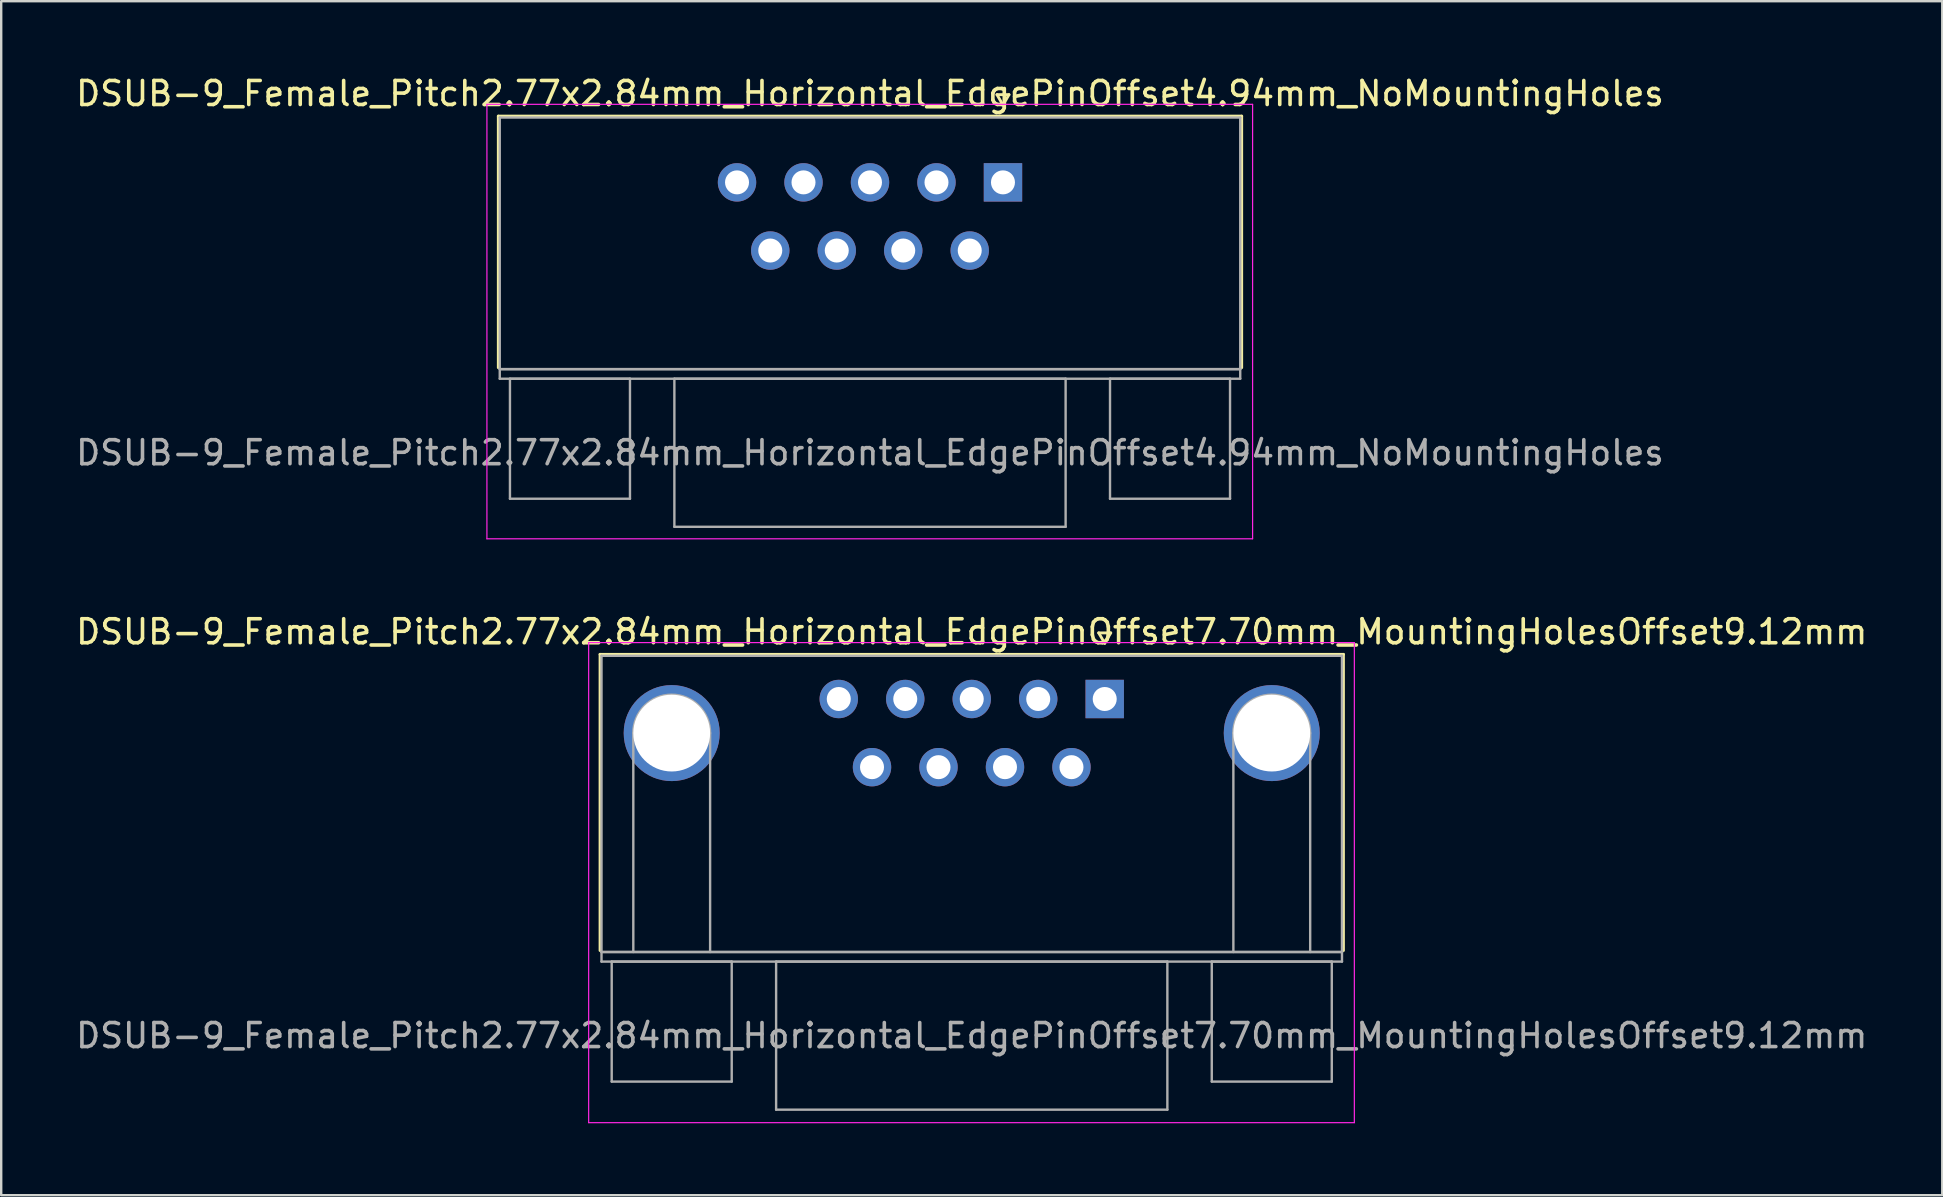
<source format=kicad_pcb>
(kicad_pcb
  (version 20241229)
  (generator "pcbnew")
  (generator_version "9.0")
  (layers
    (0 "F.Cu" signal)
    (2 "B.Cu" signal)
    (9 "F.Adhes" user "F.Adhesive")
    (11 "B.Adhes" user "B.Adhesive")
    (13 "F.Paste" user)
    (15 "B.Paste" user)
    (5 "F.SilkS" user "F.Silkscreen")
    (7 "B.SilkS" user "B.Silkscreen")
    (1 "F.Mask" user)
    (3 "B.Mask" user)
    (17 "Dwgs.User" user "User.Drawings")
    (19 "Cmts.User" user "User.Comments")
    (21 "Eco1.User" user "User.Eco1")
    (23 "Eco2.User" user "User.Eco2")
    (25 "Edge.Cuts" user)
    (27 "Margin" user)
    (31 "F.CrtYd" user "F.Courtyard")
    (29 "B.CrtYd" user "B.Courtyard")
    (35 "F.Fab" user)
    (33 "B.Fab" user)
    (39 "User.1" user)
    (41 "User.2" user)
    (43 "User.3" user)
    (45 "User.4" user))
  (footprint "DSUB-9_Female_Pitch2.77x2.84mm_Horizontal_EdgePinOffset7.70mm_MountingHolesOffset9.12mm"
    (layer "F.Cu")
    (at 42.975 26.072)
    (property "Reference" "DSUB-9_Female_Pitch2.77x2.84mm_Horizontal_EdgePinOffset7.70mm_MountingHolesOffset9.12mm" (at -5.54 -2.8 0) (layer "F.SilkS") (effects (font (size 1 1) (thickness 0.15))))
    (attr through_hole)
    (fp_line (start -21.025 -1.86) (end 9.945 -1.86) (stroke (width 0.12) (type solid)) (layer "F.SilkS"))
    (fp_line (start -21.025 10.48) (end -21.025 -1.86) (stroke (width 0.12) (type solid)) (layer "F.SilkS"))
    (fp_line (start -0.25 -2.754) (end 0.25 -2.754) (stroke (width 0.12) (type solid)) (layer "F.SilkS"))
    (fp_line (start 0 -2.321) (end -0.25 -2.754) (stroke (width 0.12) (type solid)) (layer "F.SilkS"))
    (fp_line (start 0.25 -2.754) (end 0 -2.321) (stroke (width 0.12) (type solid)) (layer "F.SilkS"))
    (fp_line (start 9.945 -1.86) (end 9.945 10.48) (stroke (width 0.12) (type solid)) (layer "F.SilkS"))
    (fp_line (start -21.5 -2.35) (end -21.5 17.65) (stroke (width 0.05) (type solid)) (layer "F.CrtYd"))
    (fp_line (start -21.5 17.65) (end 10.4 17.65) (stroke (width 0.05) (type solid)) (layer "F.CrtYd"))
    (fp_line (start 10.4 -2.35) (end -21.5 -2.35) (stroke (width 0.05) (type solid)) (layer "F.CrtYd"))
    (fp_line (start 10.4 17.65) (end 10.4 -2.35) (stroke (width 0.05) (type solid)) (layer "F.CrtYd"))
    (fp_line (start -20.965 -1.8) (end -20.965 10.54) (stroke (width 0.1) (type solid)) (layer "F.Fab"))
    (fp_line (start -20.965 10.54) (end -20.965 10.94) (stroke (width 0.1) (type solid)) (layer "F.Fab"))
    (fp_line (start -20.965 10.54) (end 9.885 10.54) (stroke (width 0.1) (type solid)) (layer "F.Fab"))
    (fp_line (start -20.965 10.94) (end 9.885 10.94) (stroke (width 0.1) (type solid)) (layer "F.Fab"))
    (fp_line (start -20.54 10.94) (end -20.54 15.94) (stroke (width 0.1) (type solid)) (layer "F.Fab"))
    (fp_line (start -20.54 15.94) (end -15.54 15.94) (stroke (width 0.1) (type solid)) (layer "F.Fab"))
    (fp_line (start -19.64 10.54) (end -19.64 1.42) (stroke (width 0.1) (type solid)) (layer "F.Fab"))
    (fp_line (start -16.44 10.54) (end -16.44 1.42) (stroke (width 0.1) (type solid)) (layer "F.Fab"))
    (fp_line (start -15.54 10.94) (end -20.54 10.94) (stroke (width 0.1) (type solid)) (layer "F.Fab"))
    (fp_line (start -15.54 15.94) (end -15.54 10.94) (stroke (width 0.1) (type solid)) (layer "F.Fab"))
    (fp_line (start -13.69 10.94) (end -13.69 17.11) (stroke (width 0.1) (type solid)) (layer "F.Fab"))
    (fp_line (start -13.69 17.11) (end 2.61 17.11) (stroke (width 0.1) (type solid)) (layer "F.Fab"))
    (fp_line (start 2.61 10.94) (end -13.69 10.94) (stroke (width 0.1) (type solid)) (layer "F.Fab"))
    (fp_line (start 2.61 17.11) (end 2.61 10.94) (stroke (width 0.1) (type solid)) (layer "F.Fab"))
    (fp_line (start 4.46 10.94) (end 4.46 15.94) (stroke (width 0.1) (type solid)) (layer "F.Fab"))
    (fp_line (start 4.46 15.94) (end 9.46 15.94) (stroke (width 0.1) (type solid)) (layer "F.Fab"))
    (fp_line (start 5.36 10.54) (end 5.36 1.42) (stroke (width 0.1) (type solid)) (layer "F.Fab"))
    (fp_line (start 8.56 10.54) (end 8.56 1.42) (stroke (width 0.1) (type solid)) (layer "F.Fab"))
    (fp_line (start 9.46 10.94) (end 4.46 10.94) (stroke (width 0.1) (type solid)) (layer "F.Fab"))
    (fp_line (start 9.46 15.94) (end 9.46 10.94) (stroke (width 0.1) (type solid)) (layer "F.Fab"))
    (fp_line (start 9.885 -1.8) (end -20.965 -1.8) (stroke (width 0.1) (type solid)) (layer "F.Fab"))
    (fp_line (start 9.885 10.54) (end -20.965 10.54) (stroke (width 0.1) (type solid)) (layer "F.Fab"))
    (fp_line (start 9.885 10.54) (end 9.885 -1.8) (stroke (width 0.1) (type solid)) (layer "F.Fab"))
    (fp_line (start 9.885 10.94) (end 9.885 10.54) (stroke (width 0.1) (type solid)) (layer "F.Fab"))
    (fp_arc (start -19.64 1.42) (mid -18.04 -0.18) (end -16.44 1.42) (stroke (width 0.1) (type solid)) (layer "F.Fab"))
    (fp_arc (start 5.36 1.42) (mid 6.96 -0.18) (end 8.56 1.42) (stroke (width 0.1) (type solid)) (layer "F.Fab"))
    (fp_text user "${REFERENCE}" (at -5.54 14.025 0) (layer "F.Fab") (effects (font (size 1 1) (thickness 0.15))))
    (pad "0" thru_hole circle (at -18.04 1.42) (size 4 4) (drill 3.2) (layers "*.Cu" "*.Mask"))
    (pad "0" thru_hole circle (at 6.96 1.42) (size 4 4) (drill 3.2) (layers "*.Cu" "*.Mask"))
    (pad "1" thru_hole rect (at 0 0) (size 1.6 1.6) (drill 1) (layers "*.Cu" "*.Mask"))
    (pad "2" thru_hole circle (at -2.77 0) (size 1.6 1.6) (drill 1) (layers "*.Cu" "*.Mask"))
    (pad "3" thru_hole circle (at -5.54 0) (size 1.6 1.6) (drill 1) (layers "*.Cu" "*.Mask"))
    (pad "4" thru_hole circle (at -8.31 0) (size 1.6 1.6) (drill 1) (layers "*.Cu" "*.Mask"))
    (pad "5" thru_hole circle (at -11.08 0) (size 1.6 1.6) (drill 1) (layers "*.Cu" "*.Mask"))
    (pad "6" thru_hole circle (at -1.385 2.84) (size 1.6 1.6) (drill 1) (layers "*.Cu" "*.Mask"))
    (pad "7" thru_hole circle (at -4.155 2.84) (size 1.6 1.6) (drill 1) (layers "*.Cu" "*.Mask"))
    (pad "8" thru_hole circle (at -6.925 2.84) (size 1.6 1.6) (drill 1) (layers "*.Cu" "*.Mask"))
    (pad "9" thru_hole circle (at -9.695 2.84) (size 1.6 1.6) (drill 1) (layers "*.Cu" "*.Mask")))
  (footprint "DSUB-9_Female_Pitch2.77x2.84mm_Horizontal_EdgePinOffset4.94mm_NoMountingHoles"
    (layer "F.Cu")
    (at 38.736 4.548)
    (property "Reference" "DSUB-9_Female_Pitch2.77x2.84mm_Horizontal_EdgePinOffset4.94mm_NoMountingHoles" (at -5.54 -3.7 0) (layer "F.SilkS") (effects (font (size 1 1) (thickness 0.15))))
    (attr through_hole)
    (fp_line (start -21.025 -2.76) (end 9.945 -2.76) (stroke (width 0.12) (type solid)) (layer "F.SilkS"))
    (fp_line (start -21.025 7.72) (end -21.025 -2.76) (stroke (width 0.12) (type solid)) (layer "F.SilkS"))
    (fp_line (start -0.25 -3.654) (end 0.25 -3.654) (stroke (width 0.12) (type solid)) (layer "F.SilkS"))
    (fp_line (start 0 -3.221) (end -0.25 -3.654) (stroke (width 0.12) (type solid)) (layer "F.SilkS"))
    (fp_line (start 0.25 -3.654) (end 0 -3.221) (stroke (width 0.12) (type solid)) (layer "F.SilkS"))
    (fp_line (start 9.945 -2.76) (end 9.945 7.72) (stroke (width 0.12) (type solid)) (layer "F.SilkS"))
    (fp_line (start -21.5 -3.25) (end -21.5 14.85) (stroke (width 0.05) (type solid)) (layer "F.CrtYd"))
    (fp_line (start -21.5 14.85) (end 10.4 14.85) (stroke (width 0.05) (type solid)) (layer "F.CrtYd"))
    (fp_line (start 10.4 -3.25) (end -21.5 -3.25) (stroke (width 0.05) (type solid)) (layer "F.CrtYd"))
    (fp_line (start 10.4 14.85) (end 10.4 -3.25) (stroke (width 0.05) (type solid)) (layer "F.CrtYd"))
    (fp_line (start -20.965 -2.7) (end -20.965 7.78) (stroke (width 0.1) (type solid)) (layer "F.Fab"))
    (fp_line (start -20.965 7.78) (end -20.965 8.18) (stroke (width 0.1) (type solid)) (layer "F.Fab"))
    (fp_line (start -20.965 7.78) (end 9.885 7.78) (stroke (width 0.1) (type solid)) (layer "F.Fab"))
    (fp_line (start -20.965 8.18) (end 9.885 8.18) (stroke (width 0.1) (type solid)) (layer "F.Fab"))
    (fp_line (start -20.54 8.18) (end -20.54 13.18) (stroke (width 0.1) (type solid)) (layer "F.Fab"))
    (fp_line (start -20.54 13.18) (end -15.54 13.18) (stroke (width 0.1) (type solid)) (layer "F.Fab"))
    (fp_line (start -15.54 8.18) (end -20.54 8.18) (stroke (width 0.1) (type solid)) (layer "F.Fab"))
    (fp_line (start -15.54 13.18) (end -15.54 8.18) (stroke (width 0.1) (type solid)) (layer "F.Fab"))
    (fp_line (start -13.69 8.18) (end -13.69 14.35) (stroke (width 0.1) (type solid)) (layer "F.Fab"))
    (fp_line (start -13.69 14.35) (end 2.61 14.35) (stroke (width 0.1) (type solid)) (layer "F.Fab"))
    (fp_line (start 2.61 8.18) (end -13.69 8.18) (stroke (width 0.1) (type solid)) (layer "F.Fab"))
    (fp_line (start 2.61 14.35) (end 2.61 8.18) (stroke (width 0.1) (type solid)) (layer "F.Fab"))
    (fp_line (start 4.46 8.18) (end 4.46 13.18) (stroke (width 0.1) (type solid)) (layer "F.Fab"))
    (fp_line (start 4.46 13.18) (end 9.46 13.18) (stroke (width 0.1) (type solid)) (layer "F.Fab"))
    (fp_line (start 9.46 8.18) (end 4.46 8.18) (stroke (width 0.1) (type solid)) (layer "F.Fab"))
    (fp_line (start 9.46 13.18) (end 9.46 8.18) (stroke (width 0.1) (type solid)) (layer "F.Fab"))
    (fp_line (start 9.885 -2.7) (end -20.965 -2.7) (stroke (width 0.1) (type solid)) (layer "F.Fab"))
    (fp_line (start 9.885 7.78) (end -20.965 7.78) (stroke (width 0.1) (type solid)) (layer "F.Fab"))
    (fp_line (start 9.885 7.78) (end 9.885 -2.7) (stroke (width 0.1) (type solid)) (layer "F.Fab"))
    (fp_line (start 9.885 8.18) (end 9.885 7.78) (stroke (width 0.1) (type solid)) (layer "F.Fab"))
    (fp_text user "${REFERENCE}" (at -5.54 11.265 0) (layer "F.Fab") (effects (font (size 1 1) (thickness 0.15))))
    (pad "1" thru_hole rect (at 0 0) (size 1.6 1.6) (drill 1) (layers "*.Cu" "*.Mask"))
    (pad "2" thru_hole circle (at -2.77 0) (size 1.6 1.6) (drill 1) (layers "*.Cu" "*.Mask"))
    (pad "3" thru_hole circle (at -5.54 0) (size 1.6 1.6) (drill 1) (layers "*.Cu" "*.Mask"))
    (pad "4" thru_hole circle (at -8.31 0) (size 1.6 1.6) (drill 1) (layers "*.Cu" "*.Mask"))
    (pad "5" thru_hole circle (at -11.08 0) (size 1.6 1.6) (drill 1) (layers "*.Cu" "*.Mask"))
    (pad "6" thru_hole circle (at -1.385 2.84) (size 1.6 1.6) (drill 1) (layers "*.Cu" "*.Mask"))
    (pad "7" thru_hole circle (at -4.155 2.84) (size 1.6 1.6) (drill 1) (layers "*.Cu" "*.Mask"))
    (pad "8" thru_hole circle (at -6.925 2.84) (size 1.6 1.6) (drill 1) (layers "*.Cu" "*.Mask"))
    (pad "9" thru_hole circle (at -9.695 2.84) (size 1.6 1.6) (drill 1) (layers "*.Cu" "*.Mask")))
  (gr_rect
    (start -3 -3)
    (end 77.869 46.746)
    (stroke (width 0.1) (type default))
    (fill no)
    (layer "Edge.Cuts")))
</source>
